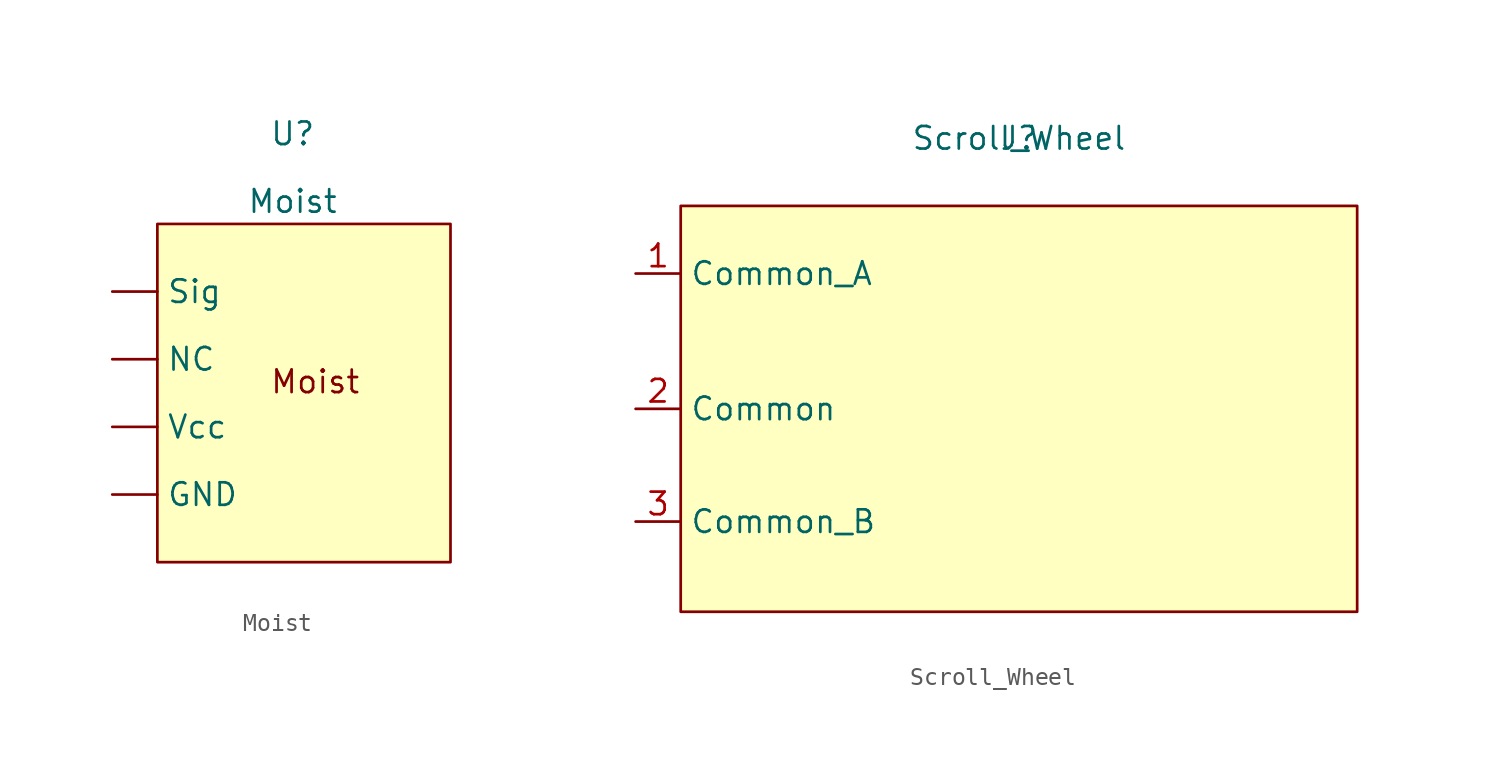
<source format=kicad_sym>
(kicad_symbol_lib
  (version 20211014)
  (generator kicad_symbol_editor)
  (symbol "Moist"
    (property "Reference" "U"
      (at -8.89 10.16 0)
      (effects (font (size 1.27 1.27))))
    (property "Value" "Moist"
      (at -8.89 6.35 0)
      (effects (font (size 1.27 1.27))))
    (symbol "Moist_0_0"
      (text "Moist" (at -7.62 -3.81 0) (effects (font (size 1.27 1.27)))))
    (symbol "Moist_0_1"
      (rectangle (start -16.51 5.08) (end 0 -13.97) (stroke (width 0) (type default) (color 0 0 0 0)) (fill (type background))))
    (symbol "Moist_1_1"
      (pin output line (at -19.05 -10.16 0) (length 2.54) (name "GND" (effects (font (size 1.27 1.27)))) (number "" (effects (font (size 1.27 1.27)))))
      (pin unspecified line (at -19.05 -2.54 0) (length 2.54) (name "NC" (effects (font (size 1.27 1.27)))) (number "" (effects (font (size 1.27 1.27)))))
      (pin input line (at -19.05 1.27 0) (length 2.54) (name "Sig" (effects (font (size 1.27 1.27)))) (number "" (effects (font (size 1.27 1.27)))))
      (pin power_in line (at -19.05 -6.35 0) (length 2.54) (name "Vcc" (effects (font (size 1.27 1.27)))) (number "" (effects (font (size 1.27 1.27)))))))
  (symbol "Scroll_Wheel"
    (property "Reference" "J"
      (at 0 0 0)
      (effects (font (size 1.27 1.27))))
    (property "Value" "Scroll_Wheel"
      (at 0 0 0)
      (effects (font (size 1.27 1.27))))
    (symbol "Scroll_Wheel_0_1"
      (rectangle (start -19.05 -3.81) (end 19.05 -26.67) (stroke (width 0) (type default) (color 0 0 0 0)) (fill (type background))))
    (symbol "Scroll_Wheel_1_1"
      (pin input line (at -21.59 -7.62 0) (length 2.54) (name "Common_A" (effects (font (size 1.27 1.27)))) (number "1" (effects (font (size 1.27 1.27)))))
      (pin input line (at -21.59 -15.24 0) (length 2.54) (name "Common" (effects (font (size 1.27 1.27)))) (number "2" (effects (font (size 1.27 1.27)))))
      (pin input line (at -21.59 -21.59 0) (length 2.54) (name "Common_B" (effects (font (size 1.27 1.27)))) (number "3" (effects (font (size 1.27 1.27))))))))
</source>
